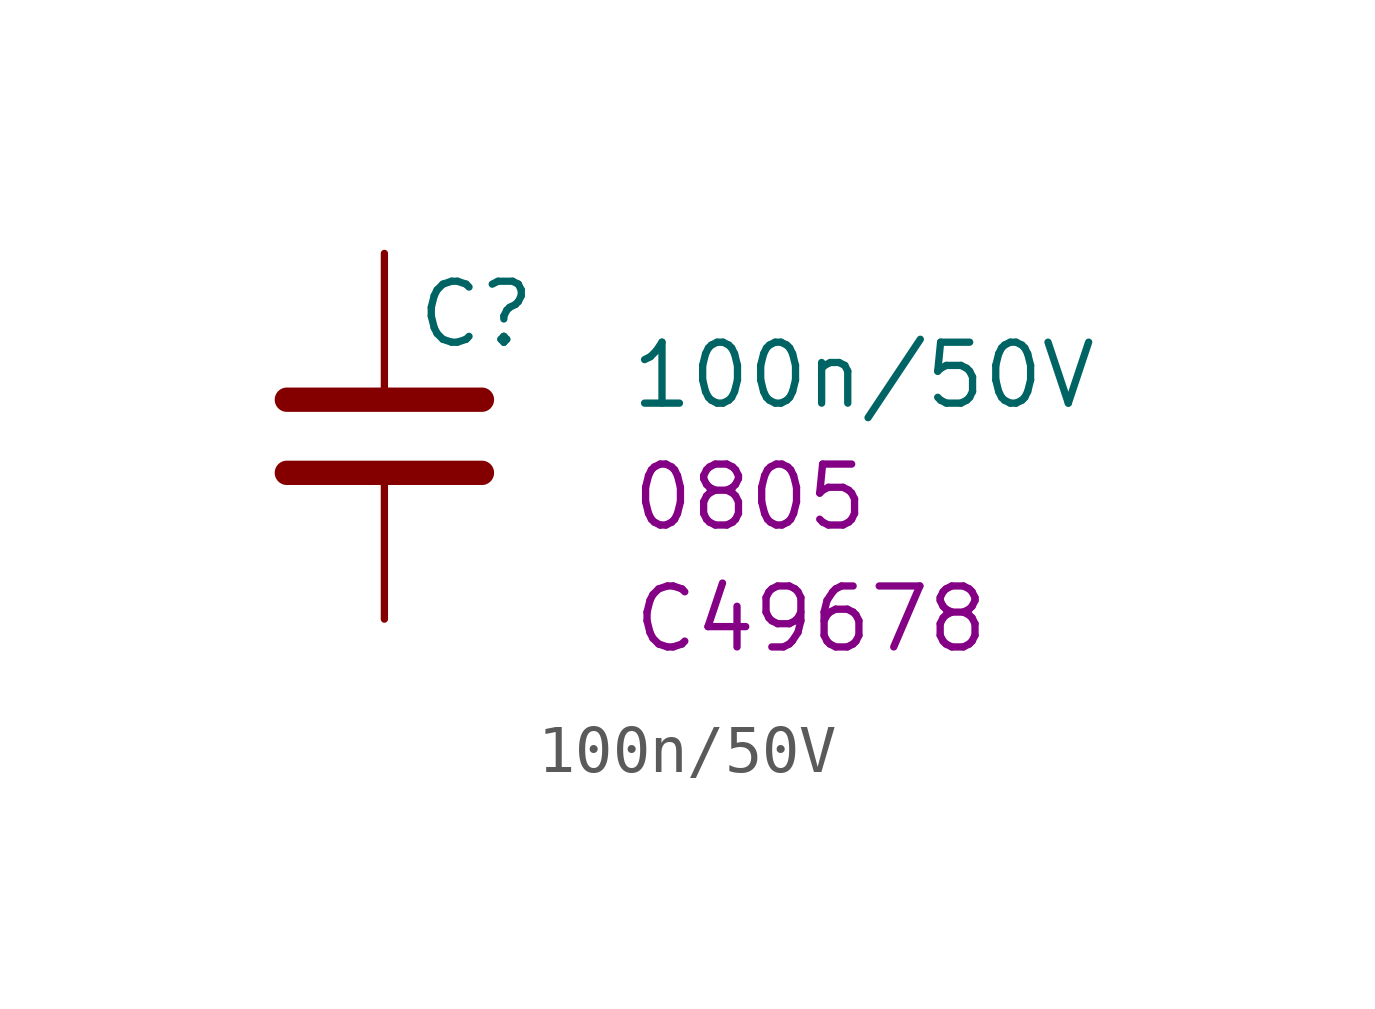
<source format=kicad_sym>
(kicad_symbol_lib
  (version 20220914)
  (generator kicad_symbol_editor)
  (symbol "100n/50V"
    (pin_numbers hide)
    (pin_names
      (offset 0.254))
    (property "Reference" "C"
      (at 0.635 2.54 0)
      (effects (font (size 1.27 1.27)) (justify left)))
    (property "Value" "100n/50V"
      (at 5.08 1.27 0)
      (effects (font (size 1.27 1.27)) (justify left)))
    (property "LCSC" "C49678"
      (at 8.89 -3.81 0)
      (effects (font (size 1.27 1.27))))
    (property "Package" "0805"
      (at 7.62 -1.27 0)
      (effects (font (size 1.27 1.27))))
    (symbol "100n/50V_0_1"
      (polyline (pts (xy -2.032 -0.762) (xy 2.032 -0.762)) (stroke (width 0.508) (type default)) (fill (type none)))
      (polyline (pts (xy -2.032 0.762) (xy 2.032 0.762)) (stroke (width 0.508) (type default)) (fill (type none))))
    (symbol "100n/50V_1_1"
      (pin passive line (at 0 3.81 270) (length 2.794) (name "~" (effects (font (size 1.27 1.27)))) (number "1" (effects (font (size 1.27 1.27)))))
      (pin passive line (at 0 -3.81 90) (length 2.794) (name "~" (effects (font (size 1.27 1.27)))) (number "2" (effects (font (size 1.27 1.27))))))))
</source>
